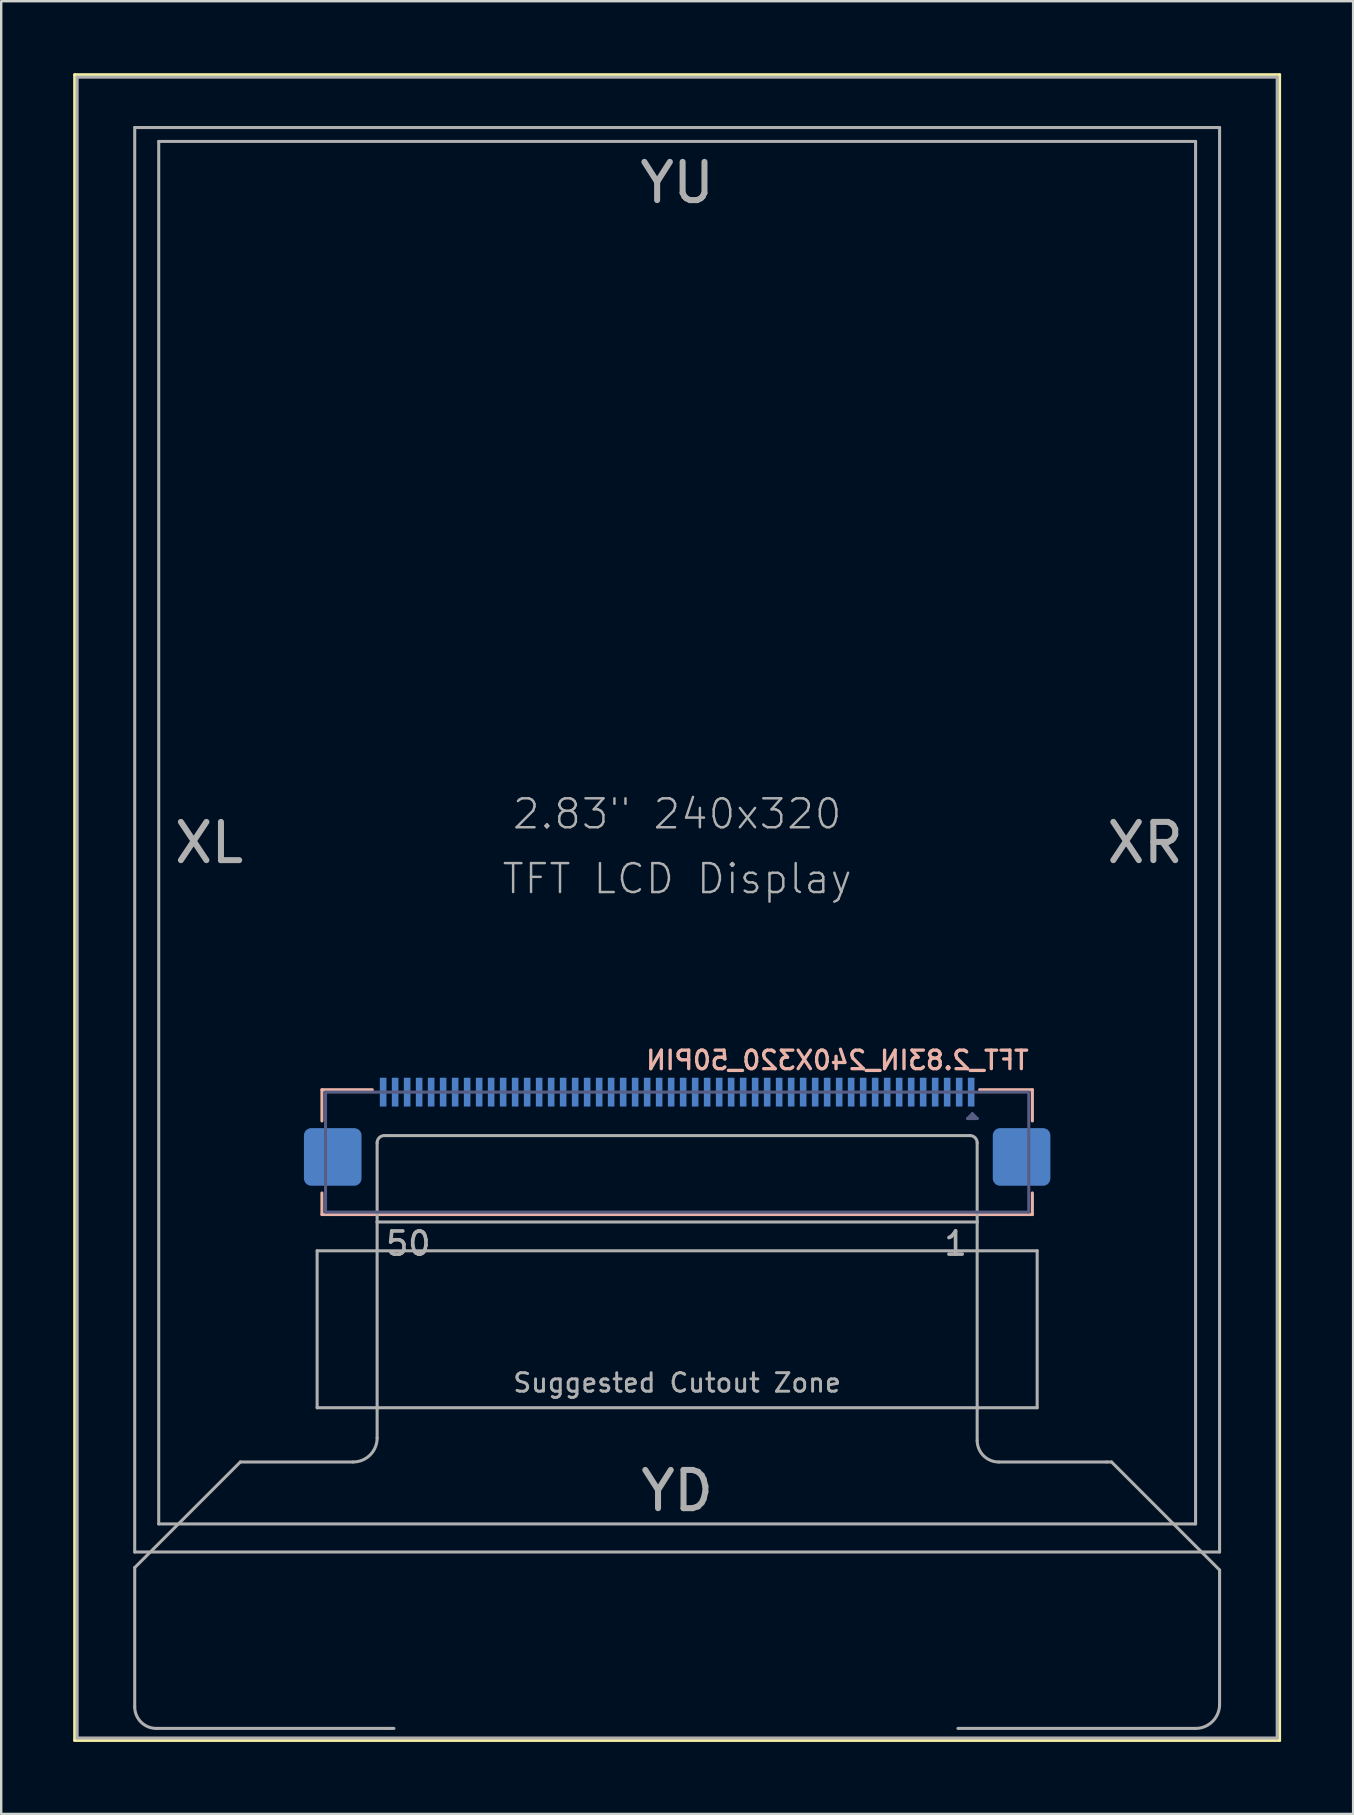
<source format=kicad_pcb>
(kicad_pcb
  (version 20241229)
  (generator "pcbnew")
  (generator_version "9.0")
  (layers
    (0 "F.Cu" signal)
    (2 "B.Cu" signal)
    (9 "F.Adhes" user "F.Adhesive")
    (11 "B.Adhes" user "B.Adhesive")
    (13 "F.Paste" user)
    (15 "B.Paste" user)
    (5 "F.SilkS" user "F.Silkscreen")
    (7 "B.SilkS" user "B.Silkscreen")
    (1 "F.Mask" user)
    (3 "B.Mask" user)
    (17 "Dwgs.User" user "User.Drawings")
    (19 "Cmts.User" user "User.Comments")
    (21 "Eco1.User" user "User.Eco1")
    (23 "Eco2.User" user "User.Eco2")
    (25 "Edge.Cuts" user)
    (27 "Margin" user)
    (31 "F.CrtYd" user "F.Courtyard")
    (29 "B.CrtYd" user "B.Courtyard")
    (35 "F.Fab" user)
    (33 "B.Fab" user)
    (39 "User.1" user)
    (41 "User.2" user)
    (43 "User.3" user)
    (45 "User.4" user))
  (footprint "TFT_2.83IN_240X320_50PIN"
    (layer "F.Cu")
    (at 25.163 32.063)
    (property "Reference" "TFT_2.83IN_240X320_50PIN" (at 14.726 9.513 180) (layer "B.SilkS") (effects (font (size 0.772 0.772) (thickness 0.139)) (justify left bottom mirror)))
    (attr through_hole)
    (fp_poly (pts (xy -12.4 11.05) (xy -12.1 11.05) (xy -12.1 9.75) (xy -12.4 9.75)) (stroke (width 0) (type solid)) (fill yes) (layer "B.Mask"))
    (fp_poly (pts (xy -11.9 11.05) (xy -11.6 11.05) (xy -11.6 9.75) (xy -11.9 9.75)) (stroke (width 0) (type solid)) (fill yes) (layer "B.Mask"))
    (fp_poly (pts (xy -11.4 11.05) (xy -11.1 11.05) (xy -11.1 9.75) (xy -11.4 9.75)) (stroke (width 0) (type solid)) (fill yes) (layer "B.Mask"))
    (fp_poly (pts (xy -10.9 11.05) (xy -10.6 11.05) (xy -10.6 9.75) (xy -10.9 9.75)) (stroke (width 0) (type solid)) (fill yes) (layer "B.Mask"))
    (fp_poly (pts (xy -10.4 11.05) (xy -10.1 11.05) (xy -10.1 9.75) (xy -10.4 9.75)) (stroke (width 0) (type solid)) (fill yes) (layer "B.Mask"))
    (fp_poly (pts (xy -9.9 11.05) (xy -9.6 11.05) (xy -9.6 9.75) (xy -9.9 9.75)) (stroke (width 0) (type solid)) (fill yes) (layer "B.Mask"))
    (fp_poly (pts (xy -9.4 11.05) (xy -9.1 11.05) (xy -9.1 9.75) (xy -9.4 9.75)) (stroke (width 0) (type solid)) (fill yes) (layer "B.Mask"))
    (fp_poly (pts (xy -8.9 11.05) (xy -8.6 11.05) (xy -8.6 9.75) (xy -8.9 9.75)) (stroke (width 0) (type solid)) (fill yes) (layer "B.Mask"))
    (fp_poly (pts (xy -8.4 11.05) (xy -8.1 11.05) (xy -8.1 9.75) (xy -8.4 9.75)) (stroke (width 0) (type solid)) (fill yes) (layer "B.Mask"))
    (fp_poly (pts (xy -7.9 11.05) (xy -7.6 11.05) (xy -7.6 9.75) (xy -7.9 9.75)) (stroke (width 0) (type solid)) (fill yes) (layer "B.Mask"))
    (fp_poly (pts (xy -7.4 11.05) (xy -7.1 11.05) (xy -7.1 9.75) (xy -7.4 9.75)) (stroke (width 0) (type solid)) (fill yes) (layer "B.Mask"))
    (fp_poly (pts (xy -6.9 11.05) (xy -6.6 11.05) (xy -6.6 9.75) (xy -6.9 9.75)) (stroke (width 0) (type solid)) (fill yes) (layer "B.Mask"))
    (fp_poly (pts (xy -6.4 11.05) (xy -6.1 11.05) (xy -6.1 9.75) (xy -6.4 9.75)) (stroke (width 0) (type solid)) (fill yes) (layer "B.Mask"))
    (fp_poly (pts (xy -5.9 11.05) (xy -5.6 11.05) (xy -5.6 9.75) (xy -5.9 9.75)) (stroke (width 0) (type solid)) (fill yes) (layer "B.Mask"))
    (fp_poly (pts (xy -5.4 11.05) (xy -5.1 11.05) (xy -5.1 9.75) (xy -5.4 9.75)) (stroke (width 0) (type solid)) (fill yes) (layer "B.Mask"))
    (fp_poly (pts (xy -4.9 11.05) (xy -4.6 11.05) (xy -4.6 9.75) (xy -4.9 9.75)) (stroke (width 0) (type solid)) (fill yes) (layer "B.Mask"))
    (fp_poly (pts (xy -4.4 11.05) (xy -4.1 11.05) (xy -4.1 9.75) (xy -4.4 9.75)) (stroke (width 0) (type solid)) (fill yes) (layer "B.Mask"))
    (fp_poly (pts (xy -3.9 11.05) (xy -3.6 11.05) (xy -3.6 9.75) (xy -3.9 9.75)) (stroke (width 0) (type solid)) (fill yes) (layer "B.Mask"))
    (fp_poly (pts (xy -3.4 11.05) (xy -3.1 11.05) (xy -3.1 9.75) (xy -3.4 9.75)) (stroke (width 0) (type solid)) (fill yes) (layer "B.Mask"))
    (fp_poly (pts (xy -2.9 11.05) (xy -2.6 11.05) (xy -2.6 9.75) (xy -2.9 9.75)) (stroke (width 0) (type solid)) (fill yes) (layer "B.Mask"))
    (fp_poly (pts (xy -2.4 11.05) (xy -2.1 11.05) (xy -2.1 9.75) (xy -2.4 9.75)) (stroke (width 0) (type solid)) (fill yes) (layer "B.Mask"))
    (fp_poly (pts (xy -1.9 11.05) (xy -1.6 11.05) (xy -1.6 9.75) (xy -1.9 9.75)) (stroke (width 0) (type solid)) (fill yes) (layer "B.Mask"))
    (fp_poly (pts (xy -1.4 11.05) (xy -1.1 11.05) (xy -1.1 9.75) (xy -1.4 9.75)) (stroke (width 0) (type solid)) (fill yes) (layer "B.Mask"))
    (fp_poly (pts (xy -0.9 11.05) (xy -0.6 11.05) (xy -0.6 9.75) (xy -0.9 9.75)) (stroke (width 0) (type solid)) (fill yes) (layer "B.Mask"))
    (fp_poly (pts (xy -0.4 11.05) (xy -0.1 11.05) (xy -0.1 9.75) (xy -0.4 9.75)) (stroke (width 0) (type solid)) (fill yes) (layer "B.Mask"))
    (fp_poly (pts (xy 0.1 11.05) (xy 0.4 11.05) (xy 0.4 9.75) (xy 0.1 9.75)) (stroke (width 0) (type solid)) (fill yes) (layer "B.Mask"))
    (fp_poly (pts (xy 0.6 11.05) (xy 0.9 11.05) (xy 0.9 9.75) (xy 0.6 9.75)) (stroke (width 0) (type solid)) (fill yes) (layer "B.Mask"))
    (fp_poly (pts (xy 1.1 11.05) (xy 1.4 11.05) (xy 1.4 9.75) (xy 1.1 9.75)) (stroke (width 0) (type solid)) (fill yes) (layer "B.Mask"))
    (fp_poly (pts (xy 1.6 11.05) (xy 1.9 11.05) (xy 1.9 9.75) (xy 1.6 9.75)) (stroke (width 0) (type solid)) (fill yes) (layer "B.Mask"))
    (fp_poly (pts (xy 2.1 11.05) (xy 2.4 11.05) (xy 2.4 9.75) (xy 2.1 9.75)) (stroke (width 0) (type solid)) (fill yes) (layer "B.Mask"))
    (fp_poly (pts (xy 2.6 11.05) (xy 2.9 11.05) (xy 2.9 9.75) (xy 2.6 9.75)) (stroke (width 0) (type solid)) (fill yes) (layer "B.Mask"))
    (fp_poly (pts (xy 3.1 11.05) (xy 3.4 11.05) (xy 3.4 9.75) (xy 3.1 9.75)) (stroke (width 0) (type solid)) (fill yes) (layer "B.Mask"))
    (fp_poly (pts (xy 3.6 11.05) (xy 3.9 11.05) (xy 3.9 9.75) (xy 3.6 9.75)) (stroke (width 0) (type solid)) (fill yes) (layer "B.Mask"))
    (fp_poly (pts (xy 4.1 11.05) (xy 4.4 11.05) (xy 4.4 9.75) (xy 4.1 9.75)) (stroke (width 0) (type solid)) (fill yes) (layer "B.Mask"))
    (fp_poly (pts (xy 4.6 11.05) (xy 4.9 11.05) (xy 4.9 9.75) (xy 4.6 9.75)) (stroke (width 0) (type solid)) (fill yes) (layer "B.Mask"))
    (fp_poly (pts (xy 5.1 11.05) (xy 5.4 11.05) (xy 5.4 9.75) (xy 5.1 9.75)) (stroke (width 0) (type solid)) (fill yes) (layer "B.Mask"))
    (fp_poly (pts (xy 5.6 11.05) (xy 5.9 11.05) (xy 5.9 9.75) (xy 5.6 9.75)) (stroke (width 0) (type solid)) (fill yes) (layer "B.Mask"))
    (fp_poly (pts (xy 6.1 11.05) (xy 6.4 11.05) (xy 6.4 9.75) (xy 6.1 9.75)) (stroke (width 0) (type solid)) (fill yes) (layer "B.Mask"))
    (fp_poly (pts (xy 6.6 11.05) (xy 6.9 11.05) (xy 6.9 9.75) (xy 6.6 9.75)) (stroke (width 0) (type solid)) (fill yes) (layer "B.Mask"))
    (fp_poly (pts (xy 7.1 11.05) (xy 7.4 11.05) (xy 7.4 9.75) (xy 7.1 9.75)) (stroke (width 0) (type solid)) (fill yes) (layer "B.Mask"))
    (fp_poly (pts (xy 7.6 11.05) (xy 7.9 11.05) (xy 7.9 9.75) (xy 7.6 9.75)) (stroke (width 0) (type solid)) (fill yes) (layer "B.Mask"))
    (fp_poly (pts (xy 8.1 11.05) (xy 8.4 11.05) (xy 8.4 9.75) (xy 8.1 9.75)) (stroke (width 0) (type solid)) (fill yes) (layer "B.Mask"))
    (fp_poly (pts (xy 8.6 11.05) (xy 8.9 11.05) (xy 8.9 9.75) (xy 8.6 9.75)) (stroke (width 0) (type solid)) (fill yes) (layer "B.Mask"))
    (fp_poly (pts (xy 9.1 11.05) (xy 9.4 11.05) (xy 9.4 9.75) (xy 9.1 9.75)) (stroke (width 0) (type solid)) (fill yes) (layer "B.Mask"))
    (fp_poly (pts (xy 9.6 11.05) (xy 9.9 11.05) (xy 9.9 9.75) (xy 9.6 9.75)) (stroke (width 0) (type solid)) (fill yes) (layer "B.Mask"))
    (fp_poly (pts (xy 10.1 11.05) (xy 10.4 11.05) (xy 10.4 9.75) (xy 10.1 9.75)) (stroke (width 0) (type solid)) (fill yes) (layer "B.Mask"))
    (fp_poly (pts (xy 10.6 11.05) (xy 10.9 11.05) (xy 10.9 9.75) (xy 10.6 9.75)) (stroke (width 0) (type solid)) (fill yes) (layer "B.Mask"))
    (fp_poly (pts (xy 11.1 11.05) (xy 11.4 11.05) (xy 11.4 9.75) (xy 11.1 9.75)) (stroke (width 0) (type solid)) (fill yes) (layer "B.Mask"))
    (fp_poly (pts (xy 11.6 11.05) (xy 11.9 11.05) (xy 11.9 9.75) (xy 11.6 9.75)) (stroke (width 0) (type solid)) (fill yes) (layer "B.Mask"))
    (fp_poly (pts (xy 12.1 11.05) (xy 12.4 11.05) (xy 12.4 9.75) (xy 12.1 9.75)) (stroke (width 0) (type solid)) (fill yes) (layer "B.Mask"))
    (fp_line (start -25.1 -32) (end 25.1 -32) (stroke (width 0.127) (type solid)) (layer "F.SilkS"))
    (fp_line (start -25.1 37.4) (end -25.1 -32) (stroke (width 0.127) (type solid)) (layer "F.SilkS"))
    (fp_line (start 25.1 -32) (end 25.1 37.4) (stroke (width 0.127) (type solid)) (layer "F.SilkS"))
    (fp_line (start 25.1 37.4) (end -25.1 37.4) (stroke (width 0.127) (type solid)) (layer "F.SilkS"))
    (fp_line (start -14.8 10.29) (end -14.8 11.59) (stroke (width 0.127) (type solid)) (layer "B.SilkS"))
    (fp_line (start -14.8 15.49) (end -14.8 14.59) (stroke (width 0.127) (type solid)) (layer "B.SilkS"))
    (fp_line (start -12.7 10.29) (end -14.8 10.29) (stroke (width 0.127) (type solid)) (layer "B.SilkS"))
    (fp_line (start 12.6 10.29) (end 14.8 10.29) (stroke (width 0.127) (type solid)) (layer "B.SilkS"))
    (fp_line (start 14.8 10.29) (end 14.8 11.59) (stroke (width 0.127) (type solid)) (layer "B.SilkS"))
    (fp_line (start 14.8 14.59) (end 14.8 15.49) (stroke (width 0.127) (type solid)) (layer "B.SilkS"))
    (fp_line (start 14.8 15.49) (end -14.8 15.49) (stroke (width 0.127) (type solid)) (layer "B.SilkS"))
    (fp_line (start -14.65 10.39) (end -14.65 15.39) (stroke (width 0.127) (type solid)) (layer "B.Fab"))
    (fp_line (start 12.1 11.49) (end 12.4 11.49) (stroke (width 0.127) (type solid)) (layer "B.Fab"))
    (fp_line (start 12.3 11.29) (end 12.1 11.49) (stroke (width 0.127) (type solid)) (layer "B.Fab"))
    (fp_line (start 12.4 11.49) (end 12.3 11.39) (stroke (width 0.127) (type solid)) (layer "B.Fab"))
    (fp_line (start 12.5 11.49) (end 12.3 11.29) (stroke (width 0.127) (type solid)) (layer "B.Fab"))
    (fp_line (start 12.5 11.49) (end 12.4 11.49) (stroke (width 0.127) (type solid)) (layer "B.Fab"))
    (fp_line (start 14.65 10.39) (end -14.65 10.39) (stroke (width 0.127) (type solid)) (layer "B.Fab"))
    (fp_line (start 14.65 15.39) (end -14.65 15.39) (stroke (width 0.127) (type solid)) (layer "B.Fab"))
    (fp_line (start 14.65 15.39) (end 14.65 10.39) (stroke (width 0.127) (type solid)) (layer "B.Fab"))
    (fp_line (start -25 -31.9) (end 25 -31.9) (stroke (width 0.127) (type solid)) (layer "F.Fab"))
    (fp_line (start -25 37.3) (end -25 -31.9) (stroke (width 0.127) (type solid)) (layer "F.Fab"))
    (fp_line (start -22.6 -29.8) (end 22.6 -29.8) (stroke (width 0.127) (type solid)) (layer "F.Fab"))
    (fp_line (start -22.6 29.55) (end -22.6 -29.8) (stroke (width 0.127) (type solid)) (layer "F.Fab"))
    (fp_line (start -22.6 30.2) (end -18.2 25.8) (stroke (width 0.127) (type solid)) (layer "F.Fab"))
    (fp_line (start -22.6 36) (end -22.6 30.2) (stroke (width 0.127) (type solid)) (layer "F.Fab"))
    (fp_line (start -21.6 -29.22) (end 21.6 -29.22) (stroke (width 0.127) (type solid)) (layer "F.Fab"))
    (fp_line (start -21.6 28.38) (end -21.6 -29.22) (stroke (width 0.127) (type solid)) (layer "F.Fab"))
    (fp_line (start -18.2 25.8) (end -13.5 25.8) (stroke (width 0.127) (type solid)) (layer "F.Fab"))
    (fp_line (start -15 17) (end 15 17) (stroke (width 0.127) (type solid)) (layer "F.Fab"))
    (fp_line (start -15 23.54) (end -15 17) (stroke (width 0.127) (type solid)) (layer "F.Fab"))
    (fp_line (start -12.5 15.8) (end -12.5 12.5) (stroke (width 0.127) (type solid)) (layer "F.Fab"))
    (fp_line (start -12.5 15.8) (end 12.5 15.8) (stroke (width 0.127) (type solid)) (layer "F.Fab"))
    (fp_line (start -12.5 24.8) (end -12.5 15.8) (stroke (width 0.127) (type solid)) (layer "F.Fab"))
    (fp_line (start -12.2 12.2) (end 12.2 12.2) (stroke (width 0.127) (type solid)) (layer "F.Fab"))
    (fp_line (start -12.1 36.9) (end -21.7 36.9) (stroke (width 0.127) (type solid)) (layer "F.Fab"))
    (fp_line (start -11.8 36.9) (end -12.1 36.9) (stroke (width 0.127) (type solid)) (layer "F.Fab"))
    (fp_line (start 12.5 12.5) (end 12.5 15.8) (stroke (width 0.127) (type solid)) (layer "F.Fab"))
    (fp_line (start 12.5 15.8) (end 12.5 24.9) (stroke (width 0.127) (type solid)) (layer "F.Fab"))
    (fp_line (start 13.4 25.8) (end 17.9 25.8) (stroke (width 0.127) (type solid)) (layer "F.Fab"))
    (fp_line (start 15 17) (end 15 23.54) (stroke (width 0.127) (type solid)) (layer "F.Fab"))
    (fp_line (start 15 23.54) (end -15 23.54) (stroke (width 0.127) (type solid)) (layer "F.Fab"))
    (fp_line (start 17.9 25.8) (end 18.1 25.8) (stroke (width 0.127) (type solid)) (layer "F.Fab"))
    (fp_line (start 18.1 25.8) (end 22.6 30.3) (stroke (width 0.127) (type solid)) (layer "F.Fab"))
    (fp_line (start 21.6 -29.22) (end 21.6 28.38) (stroke (width 0.127) (type solid)) (layer "F.Fab"))
    (fp_line (start 21.6 28.38) (end -21.6 28.38) (stroke (width 0.127) (type solid)) (layer "F.Fab"))
    (fp_line (start 21.6 36.9) (end 11.7 36.9) (stroke (width 0.127) (type solid)) (layer "F.Fab"))
    (fp_line (start 22.6 -29.8) (end 22.6 29.55) (stroke (width 0.127) (type solid)) (layer "F.Fab"))
    (fp_line (start 22.6 29.55) (end -22.6 29.55) (stroke (width 0.127) (type solid)) (layer "F.Fab"))
    (fp_line (start 22.6 30.3) (end 22.6 35.9) (stroke (width 0.127) (type solid)) (layer "F.Fab"))
    (fp_line (start 25 -31.9) (end 25 37.3) (stroke (width 0.127) (type solid)) (layer "F.Fab"))
    (fp_line (start 25 37.3) (end -25 37.3) (stroke (width 0.127) (type solid)) (layer "F.Fab"))
    (fp_arc (start -21.7 36.9) (mid -22.336396 36.636396) (end -22.6 36) (stroke (width 0.127) (type solid)) (layer "F.Fab"))
    (fp_arc (start -12.5 12.5) (mid -12.412132 12.287868) (end -12.2 12.2) (stroke (width 0.127) (type solid)) (layer "F.Fab"))
    (fp_arc (start -12.5 24.8) (mid -12.792893 25.507107) (end -13.5 25.8) (stroke (width 0.127) (type solid)) (layer "F.Fab"))
    (fp_arc (start 12.2 12.2) (mid 12.412132 12.287868) (end 12.5 12.5) (stroke (width 0.127) (type solid)) (layer "F.Fab"))
    (fp_arc (start 13.4 25.8) (mid 12.763604 25.536396) (end 12.5 24.9) (stroke (width 0.127) (type solid)) (layer "F.Fab"))
    (fp_arc (start 22.6 35.9) (mid 22.307107 36.607107) (end 21.6 36.9) (stroke (width 0.127) (type solid)) (layer "F.Fab"))
    (fp_text user "XR" (at 19.5 0 0) (layer "F.Fab") (effects (font (size 1.593 1.593) (thickness 0.251))))
    (fp_text user "50" (at -11.2 16.7 0) (layer "F.Fab") (effects (font (size 0.965 0.965) (thickness 0.152))))
    (fp_text user "YU" (at 0 -27.5 0) (layer "F.Fab") (effects (font (size 1.593 1.593) (thickness 0.251))))
    (fp_text user "YD" (at 0 27 0) (layer "F.Fab") (effects (font (size 1.593 1.593) (thickness 0.251))))
    (fp_text user "Suggested Cutout Zone" (at 0 22.5 0) (layer "F.Fab") (effects (font (size 0.772 0.772) (thickness 0.122))))
    (fp_text user "2.83\" 240x320" (at 0 -1.2 0) (layer "F.Fab") (effects (font (size 1.206 1.206) (thickness 0.102))))
    (fp_text user "1" (at 11.6 16.7 0) (layer "F.Fab") (effects (font (size 0.965 0.965) (thickness 0.152))))
    (fp_text user "TFT LCD Display" (at 0 1.5 0) (layer "F.Fab") (effects (font (size 1.206 1.206) (thickness 0.102))))
    (fp_text user "XL" (at -19.5 0 0) (layer "F.Fab") (effects (font (size 1.593 1.593) (thickness 0.251))))
    (pad "1" smd rect (at 12.25 10.39 180) (size 0.275 1.2) (layers "B.Cu" "B.Mask" "B.Paste"))
    (pad "2" smd rect (at 11.75 10.39 180) (size 0.275 1.2) (layers "B.Cu" "B.Mask" "B.Paste"))
    (pad "3" smd rect (at 11.25 10.39 180) (size 0.275 1.2) (layers "B.Cu" "B.Mask" "B.Paste"))
    (pad "4" smd rect (at 10.75 10.39 180) (size 0.275 1.2) (layers "B.Cu" "B.Mask" "B.Paste"))
    (pad "5" smd rect (at 10.25 10.39 180) (size 0.275 1.2) (layers "B.Cu" "B.Mask" "B.Paste"))
    (pad "6" smd rect (at 9.75 10.39 180) (size 0.275 1.2) (layers "B.Cu" "B.Mask" "B.Paste"))
    (pad "7" smd rect (at 9.25 10.39 180) (size 0.275 1.2) (layers "B.Cu" "B.Mask" "B.Paste"))
    (pad "8" smd rect (at 8.75 10.39 180) (size 0.275 1.2) (layers "B.Cu" "B.Mask" "B.Paste"))
    (pad "9" smd rect (at 8.25 10.39 180) (size 0.275 1.2) (layers "B.Cu" "B.Mask" "B.Paste"))
    (pad "10" smd rect (at 7.75 10.39 180) (size 0.275 1.2) (layers "B.Cu" "B.Mask" "B.Paste"))
    (pad "11" smd rect (at 7.25 10.39 180) (size 0.275 1.2) (layers "B.Cu" "B.Mask" "B.Paste"))
    (pad "12" smd rect (at 6.75 10.39 180) (size 0.275 1.2) (layers "B.Cu" "B.Mask" "B.Paste"))
    (pad "13" smd rect (at 6.25 10.39 180) (size 0.275 1.2) (layers "B.Cu" "B.Mask" "B.Paste"))
    (pad "14" smd rect (at 5.75 10.39 180) (size 0.275 1.2) (layers "B.Cu" "B.Mask" "B.Paste"))
    (pad "15" smd rect (at 5.25 10.39 180) (size 0.275 1.2) (layers "B.Cu" "B.Mask" "B.Paste"))
    (pad "16" smd rect (at 4.75 10.39 180) (size 0.275 1.2) (layers "B.Cu" "B.Mask" "B.Paste"))
    (pad "17" smd rect (at 4.25 10.39 180) (size 0.275 1.2) (layers "B.Cu" "B.Mask" "B.Paste"))
    (pad "18" smd rect (at 3.75 10.39 180) (size 0.275 1.2) (layers "B.Cu" "B.Mask" "B.Paste"))
    (pad "19" smd rect (at 3.25 10.39 180) (size 0.275 1.2) (layers "B.Cu" "B.Mask" "B.Paste"))
    (pad "20" smd rect (at 2.75 10.39 180) (size 0.275 1.2) (layers "B.Cu" "B.Mask" "B.Paste"))
    (pad "21" smd rect (at 2.25 10.39 180) (size 0.275 1.2) (layers "B.Cu" "B.Mask" "B.Paste"))
    (pad "22" smd rect (at 1.75 10.39 180) (size 0.275 1.2) (layers "B.Cu" "B.Mask" "B.Paste"))
    (pad "23" smd rect (at 1.25 10.39 180) (size 0.275 1.2) (layers "B.Cu" "B.Mask" "B.Paste"))
    (pad "24" smd rect (at 0.75 10.39 180) (size 0.275 1.2) (layers "B.Cu" "B.Mask" "B.Paste"))
    (pad "25" smd rect (at 0.25 10.39 180) (size 0.275 1.2) (layers "B.Cu" "B.Mask" "B.Paste"))
    (pad "26" smd rect (at -0.25 10.39 180) (size 0.275 1.2) (layers "B.Cu" "B.Mask" "B.Paste"))
    (pad "27" smd rect (at -0.75 10.39 180) (size 0.275 1.2) (layers "B.Cu" "B.Mask" "B.Paste"))
    (pad "28" smd rect (at -1.25 10.39 180) (size 0.275 1.2) (layers "B.Cu" "B.Mask" "B.Paste"))
    (pad "29" smd rect (at -1.75 10.39 180) (size 0.275 1.2) (layers "B.Cu" "B.Mask" "B.Paste"))
    (pad "30" smd rect (at -2.25 10.39 180) (size 0.275 1.2) (layers "B.Cu" "B.Mask" "B.Paste"))
    (pad "31" smd rect (at -2.75 10.39 180) (size 0.275 1.2) (layers "B.Cu" "B.Mask" "B.Paste"))
    (pad "32" smd rect (at -3.25 10.39 180) (size 0.275 1.2) (layers "B.Cu" "B.Mask" "B.Paste"))
    (pad "33" smd rect (at -3.75 10.39 180) (size 0.275 1.2) (layers "B.Cu" "B.Mask" "B.Paste"))
    (pad "34" smd rect (at -4.25 10.39 180) (size 0.275 1.2) (layers "B.Cu" "B.Mask" "B.Paste"))
    (pad "35" smd rect (at -4.75 10.39 180) (size 0.275 1.2) (layers "B.Cu" "B.Mask" "B.Paste"))
    (pad "36" smd rect (at -5.25 10.39 180) (size 0.275 1.2) (layers "B.Cu" "B.Mask" "B.Paste"))
    (pad "37" smd rect (at -5.75 10.39 180) (size 0.275 1.2) (layers "B.Cu" "B.Mask" "B.Paste"))
    (pad "38" smd rect (at -6.25 10.39 180) (size 0.275 1.2) (layers "B.Cu" "B.Mask" "B.Paste"))
    (pad "39" smd rect (at -6.75 10.39 180) (size 0.275 1.2) (layers "B.Cu" "B.Mask" "B.Paste"))
    (pad "40" smd rect (at -7.25 10.39 180) (size 0.275 1.2) (layers "B.Cu" "B.Mask" "B.Paste"))
    (pad "41" smd rect (at -7.75 10.39 180) (size 0.275 1.2) (layers "B.Cu" "B.Mask" "B.Paste"))
    (pad "42" smd rect (at -8.25 10.39 180) (size 0.275 1.2) (layers "B.Cu" "B.Mask" "B.Paste"))
    (pad "43" smd rect (at -8.75 10.39 180) (size 0.275 1.2) (layers "B.Cu" "B.Mask" "B.Paste"))
    (pad "44" smd rect (at -9.25 10.39 180) (size 0.275 1.2) (layers "B.Cu" "B.Mask" "B.Paste"))
    (pad "45" smd rect (at -9.75 10.39 180) (size 0.275 1.2) (layers "B.Cu" "B.Mask" "B.Paste"))
    (pad "46" smd rect (at -10.25 10.39 180) (size 0.275 1.2) (layers "B.Cu" "B.Mask" "B.Paste"))
    (pad "47" smd rect (at -10.75 10.39 180) (size 0.275 1.2) (layers "B.Cu" "B.Mask" "B.Paste"))
    (pad "48" smd rect (at -11.25 10.39 180) (size 0.275 1.2) (layers "B.Cu" "B.Mask" "B.Paste"))
    (pad "49" smd rect (at -11.75 10.39 180) (size 0.275 1.2) (layers "B.Cu" "B.Mask" "B.Paste"))
    (pad "50" smd rect (at -12.25 10.39 180) (size 0.275 1.2) (layers "B.Cu" "B.Mask" "B.Paste"))
    (pad "PAD1" smd roundrect (at 14.35 13.09 180) (size 2.4 2.4) (layers "B.Cu" "B.Mask" "B.Paste") (roundrect_rratio 0.125))
    (pad "PAD2" smd roundrect (at -14.35 13.09 180) (size 2.4 2.4) (layers "B.Cu" "B.Mask" "B.Paste") (roundrect_rratio 0.125)))
  (gr_rect
    (start -3 -3)
    (end 53.327 72.527)
    (stroke (width 0.1) (type default))
    (fill no)
    (layer "Edge.Cuts")))
</source>
